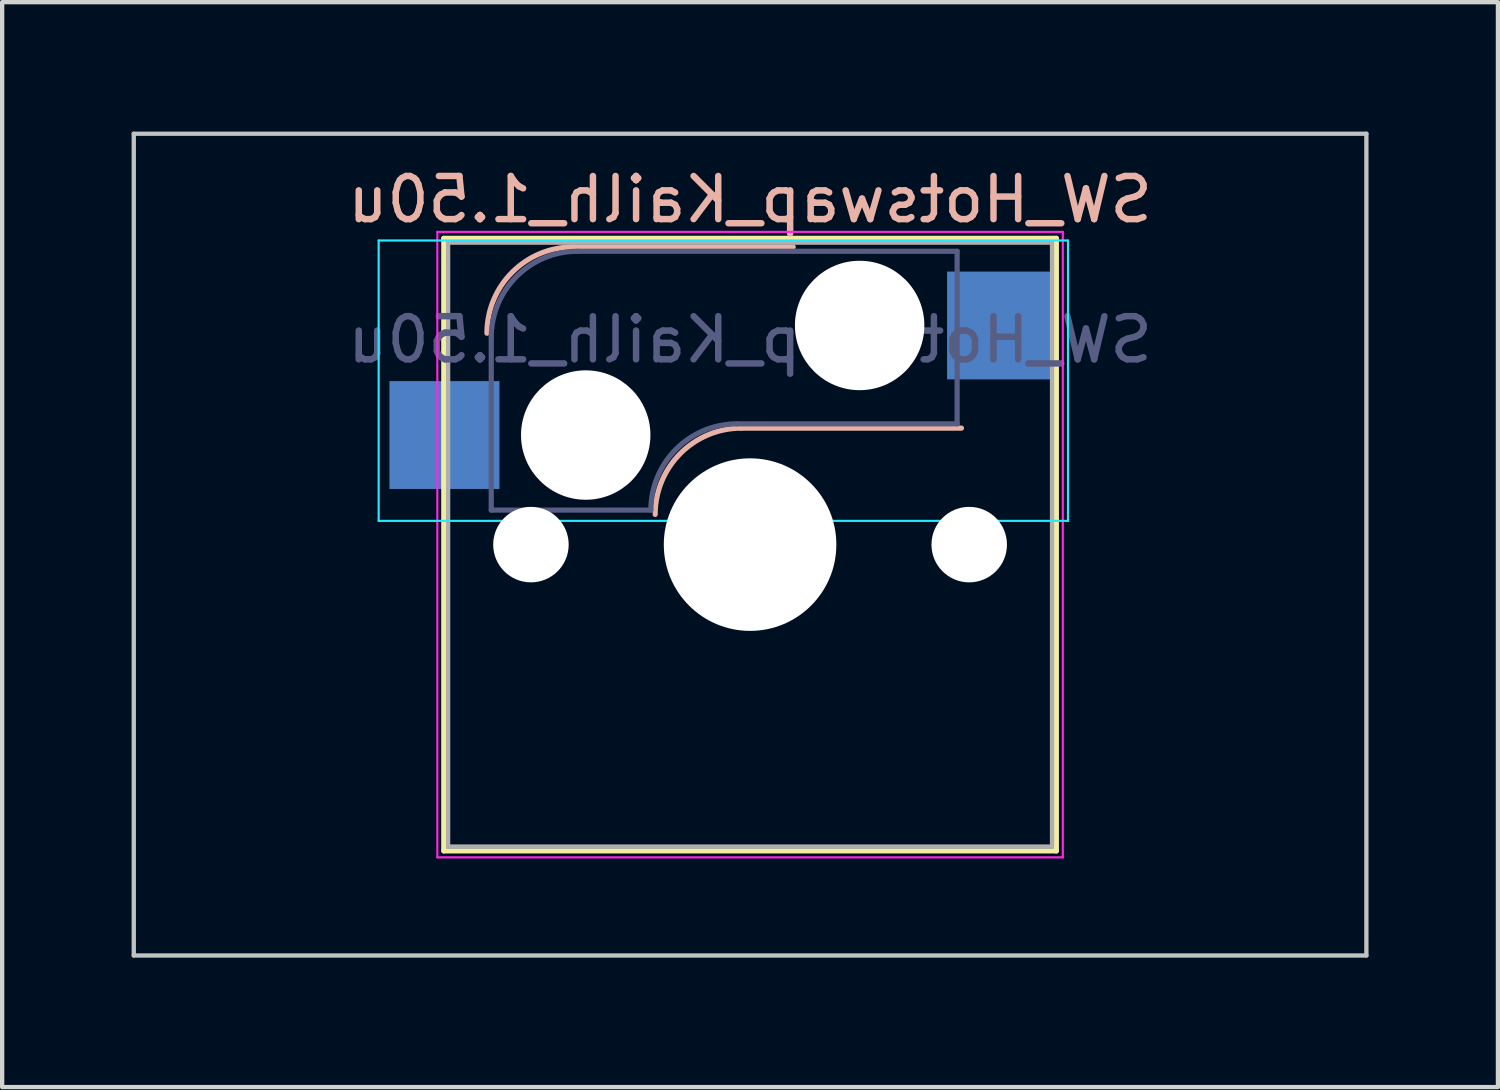
<source format=kicad_pcb>
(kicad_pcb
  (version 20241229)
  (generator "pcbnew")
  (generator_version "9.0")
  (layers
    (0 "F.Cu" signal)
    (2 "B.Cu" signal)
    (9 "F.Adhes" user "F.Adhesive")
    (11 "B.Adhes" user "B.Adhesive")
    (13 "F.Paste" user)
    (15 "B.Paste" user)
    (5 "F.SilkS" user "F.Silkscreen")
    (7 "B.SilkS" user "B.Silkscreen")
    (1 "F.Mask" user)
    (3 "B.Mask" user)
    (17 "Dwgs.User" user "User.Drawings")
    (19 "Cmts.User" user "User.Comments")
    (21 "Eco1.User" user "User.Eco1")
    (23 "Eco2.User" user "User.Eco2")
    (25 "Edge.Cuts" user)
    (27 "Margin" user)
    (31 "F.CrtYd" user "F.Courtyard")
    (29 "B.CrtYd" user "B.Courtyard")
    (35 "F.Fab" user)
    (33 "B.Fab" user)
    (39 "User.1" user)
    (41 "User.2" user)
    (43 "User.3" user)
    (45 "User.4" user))
  (footprint "SW_Hotswap_Kailh_1.50u"
    (layer "F.Cu")
    (at 14.338 9.575)
    (property "Reference" "SW_Hotswap_Kailh_1.50u" (at 0 -8 0) (layer "B.SilkS") (effects (font (size 1 1) (thickness 0.15)) (justify mirror)))
    (attr smd)
    (fp_line (start -7.1 -7.1) (end -7.1 7.1) (stroke (width 0.12) (type solid)) (layer "F.SilkS"))
    (fp_line (start -7.1 7.1) (end 7.1 7.1) (stroke (width 0.12) (type solid)) (layer "F.SilkS"))
    (fp_line (start 7.1 -7.1) (end -7.1 -7.1) (stroke (width 0.12) (type solid)) (layer "F.SilkS"))
    (fp_line (start 7.1 7.1) (end 7.1 -7.1) (stroke (width 0.12) (type solid)) (layer "F.SilkS"))
    (fp_line (start -4.1 -6.9) (end 1 -6.9) (stroke (width 0.12) (type solid)) (layer "B.SilkS"))
    (fp_line (start -0.2 -2.7) (end 4.9 -2.7) (stroke (width 0.12) (type solid)) (layer "B.SilkS"))
    (fp_arc (start -6.1 -4.9) (mid -5.514214 -6.314214) (end -4.1 -6.9) (stroke (width 0.12) (type solid)) (layer "B.SilkS"))
    (fp_arc (start -2.2 -0.7) (mid -1.614214 -2.114214) (end -0.2 -2.7) (stroke (width 0.12) (type solid)) (layer "B.SilkS"))
    (fp_line (start -14.287 -9.525) (end -14.287 9.525) (stroke (width 0.1) (type solid)) (layer "Dwgs.User"))
    (fp_line (start -14.287 9.525) (end 14.287 9.525) (stroke (width 0.1) (type solid)) (layer "Dwgs.User"))
    (fp_line (start 14.287 -9.525) (end -14.287 -9.525) (stroke (width 0.1) (type solid)) (layer "Dwgs.User"))
    (fp_line (start 14.287 9.525) (end 14.287 -9.525) (stroke (width 0.1) (type solid)) (layer "Dwgs.User"))
    (fp_line (start -8.61 -7.05) (end -8.61 -0.55) (stroke (width 0.05) (type solid)) (layer "B.CrtYd"))
    (fp_line (start -8.61 -0.55) (end 7.37 -0.55) (stroke (width 0.05) (type solid)) (layer "B.CrtYd"))
    (fp_line (start 7.37 -7.05) (end -8.61 -7.05) (stroke (width 0.05) (type solid)) (layer "B.CrtYd"))
    (fp_line (start 7.37 -0.55) (end 7.37 -7.05) (stroke (width 0.05) (type solid)) (layer "B.CrtYd"))
    (fp_line (start -7.25 -7.25) (end -7.25 7.25) (stroke (width 0.05) (type solid)) (layer "F.CrtYd"))
    (fp_line (start -7.25 7.25) (end 7.25 7.25) (stroke (width 0.05) (type solid)) (layer "F.CrtYd"))
    (fp_line (start 7.25 -7.25) (end -7.25 -7.25) (stroke (width 0.05) (type solid)) (layer "F.CrtYd"))
    (fp_line (start 7.25 7.25) (end 7.25 -7.25) (stroke (width 0.05) (type solid)) (layer "F.CrtYd"))
    (fp_line (start -6 -0.8) (end -6 -4.8) (stroke (width 0.12) (type solid)) (layer "B.Fab"))
    (fp_line (start -6 -0.8) (end -2.3 -0.8) (stroke (width 0.12) (type solid)) (layer "B.Fab"))
    (fp_line (start -4 -6.8) (end 4.8 -6.8) (stroke (width 0.12) (type solid)) (layer "B.Fab"))
    (fp_line (start -0.3 -2.8) (end 4.8 -2.8) (stroke (width 0.12) (type solid)) (layer "B.Fab"))
    (fp_line (start 4.8 -6.8) (end 4.8 -2.8) (stroke (width 0.12) (type solid)) (layer "B.Fab"))
    (fp_arc (start -6 -4.8) (mid -5.414214 -6.214214) (end -4 -6.8) (stroke (width 0.12) (type solid)) (layer "B.Fab"))
    (fp_arc (start -2.3 -0.8) (mid -1.714214 -2.214214) (end -0.3 -2.8) (stroke (width 0.12) (type solid)) (layer "B.Fab"))
    (fp_line (start -7 -7) (end -7 7) (stroke (width 0.1) (type solid)) (layer "F.Fab"))
    (fp_line (start -7 7) (end 7 7) (stroke (width 0.1) (type solid)) (layer "F.Fab"))
    (fp_line (start 7 -7) (end -7 -7) (stroke (width 0.1) (type solid)) (layer "F.Fab"))
    (fp_line (start 7 7) (end 7 -7) (stroke (width 0.1) (type solid)) (layer "F.Fab"))
    (fp_text user "${REFERENCE}" (at 0 -4.75 0) (layer "B.Fab") (effects (font (size 1 1) (thickness 0.15)) (justify mirror)))
    (pad "" np_thru_hole circle (at -5.08 0) (size 1.75 1.75) (drill 1.75) (layers "*.Cu" "*.Mask"))
    (pad "" np_thru_hole circle (at -3.81 -2.54) (size 3 3) (drill 3) (layers "*.Cu" "*.Mask"))
    (pad "" np_thru_hole circle (at 0 0) (size 4 4) (drill 4) (layers "*.Cu" "*.Mask"))
    (pad "" np_thru_hole circle (at 2.54 -5.08) (size 3 3) (drill 3) (layers "*.Cu" "*.Mask"))
    (pad "" np_thru_hole circle (at 5.08 0) (size 1.75 1.75) (drill 1.75) (layers "*.Cu" "*.Mask"))
    (pad "1" smd rect (at -7.085 -2.54) (size 2.55 2.5) (layers "B.Cu" "B.Mask" "B.Paste"))
    (pad "2" smd rect (at 5.842 -5.08) (size 2.55 2.5) (layers "B.Cu" "B.Mask" "B.Paste")))
  (gr_rect
    (start -3 -3)
    (end 31.675 22.15)
    (stroke (width 0.1) (type default))
    (fill no)
    (layer "Edge.Cuts")))
</source>
